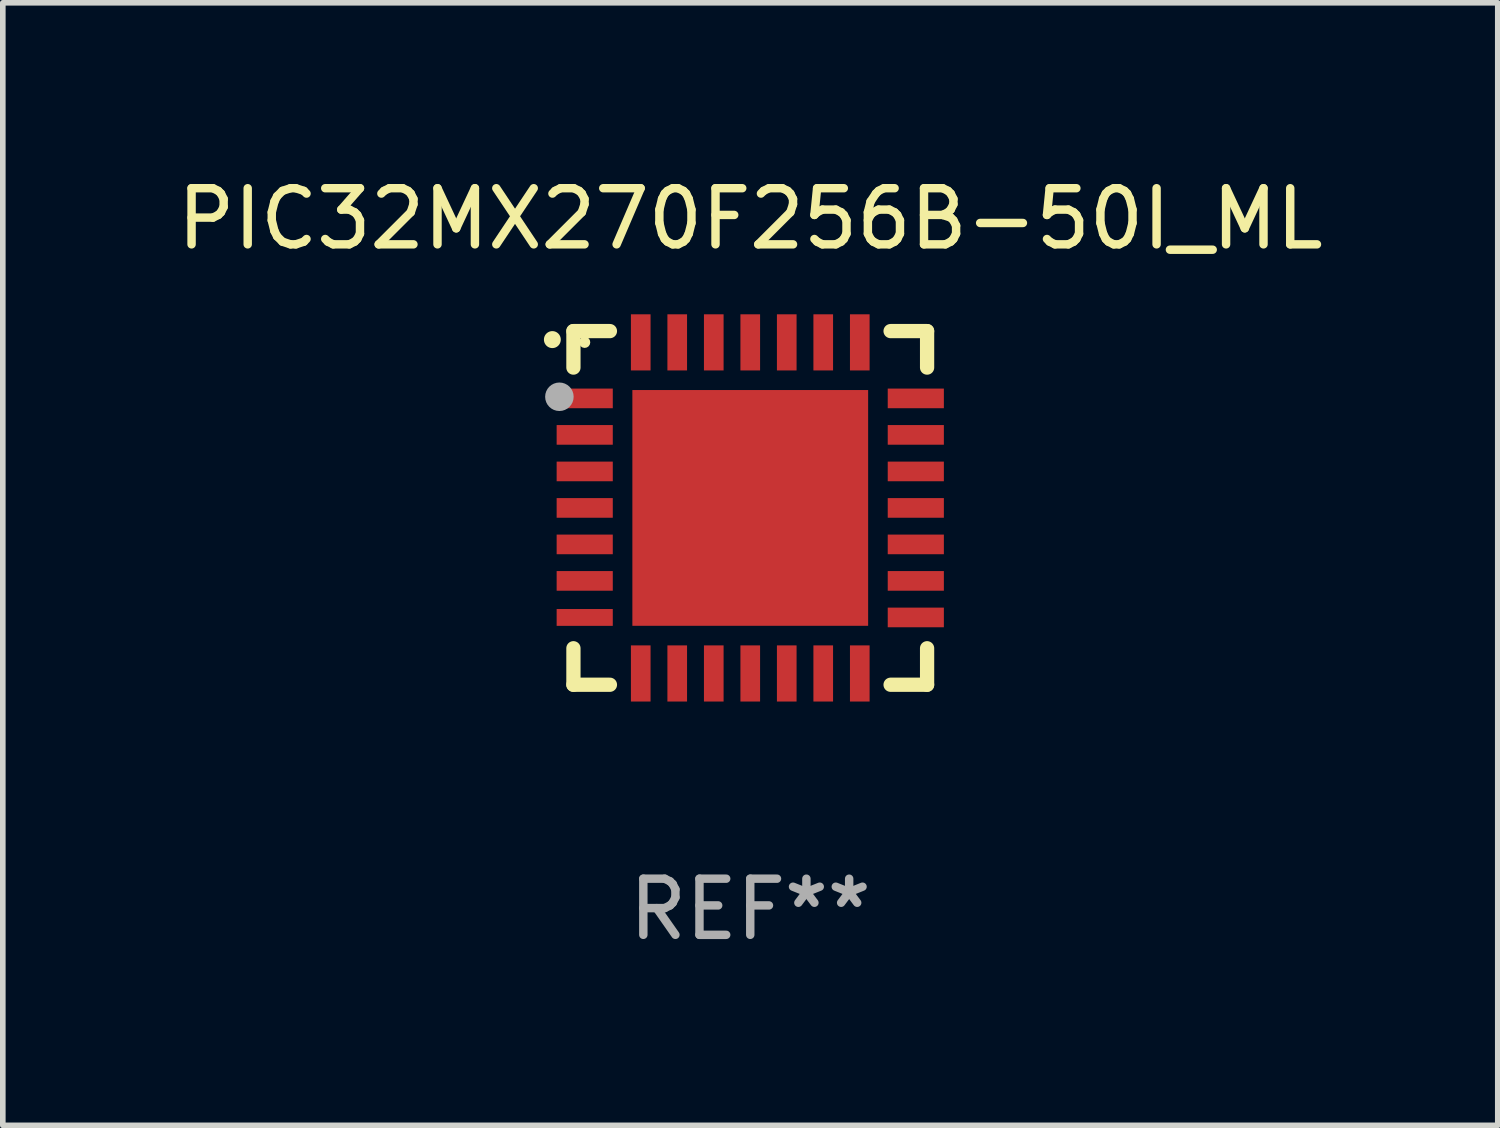
<source format=kicad_pcb>
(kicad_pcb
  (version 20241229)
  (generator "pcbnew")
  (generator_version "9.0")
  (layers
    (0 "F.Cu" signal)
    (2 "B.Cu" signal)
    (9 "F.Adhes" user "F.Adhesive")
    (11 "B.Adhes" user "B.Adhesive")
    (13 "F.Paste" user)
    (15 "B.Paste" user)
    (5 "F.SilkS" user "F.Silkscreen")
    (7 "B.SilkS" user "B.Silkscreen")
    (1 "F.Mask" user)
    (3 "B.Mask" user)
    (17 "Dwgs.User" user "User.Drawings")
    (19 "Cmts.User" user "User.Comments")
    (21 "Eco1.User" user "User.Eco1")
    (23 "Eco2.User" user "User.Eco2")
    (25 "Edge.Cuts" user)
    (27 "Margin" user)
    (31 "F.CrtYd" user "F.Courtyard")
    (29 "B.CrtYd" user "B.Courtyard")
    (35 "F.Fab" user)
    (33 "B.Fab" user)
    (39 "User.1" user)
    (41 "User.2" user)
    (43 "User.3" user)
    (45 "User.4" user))
  (footprint "PIC32MX270F256B-50I_ML"
    (layer "F.Cu")
    (at 10.315 5.998)
    (property "Reference" "PIC32MX270F256B-50I_ML" (at 0 -5.15 0) (layer "F.SilkS") (effects (font (size 1 1) (thickness 0.15))))
    (attr through_hole)
    (fp_line (start -3.15 -3.15) (end -2.5 -3.15) (stroke (width 0.254) (type solid)) (layer "F.SilkS"))
    (fp_line (start -3.15 -2.5) (end -3.15 -3.15) (stroke (width 0.254) (type solid)) (layer "F.SilkS"))
    (fp_line (start -3.15 3.15) (end -3.15 2.5) (stroke (width 0.254) (type solid)) (layer "F.SilkS"))
    (fp_line (start -2.5 3.15) (end -3.15 3.15) (stroke (width 0.254) (type solid)) (layer "F.SilkS"))
    (fp_line (start 2.5 -3.15) (end 3.15 -3.15) (stroke (width 0.254) (type solid)) (layer "F.SilkS"))
    (fp_line (start 2.5 3.15) (end 3.15 3.15) (stroke (width 0.254) (type solid)) (layer "F.SilkS"))
    (fp_line (start 3.15 -3.15) (end 3.15 -2.5) (stroke (width 0.254) (type solid)) (layer "F.SilkS"))
    (fp_line (start 3.15 3.15) (end 3.15 2.5) (stroke (width 0.254) (type solid)) (layer "F.SilkS"))
    (fp_arc (start -3.525527 -2.997206) (mid -3.525532 -2.998476) (end -3.525527 -2.999746) (stroke (width 0.3) (type solid)) (layer "F.SilkS"))
    (fp_circle (center -2.95 -2.95) (end -2.9 -2.95) (stroke (width 0.1) (type solid)) (fill no) (layer "F.SilkS"))
    (fp_circle (center -3.4 -1.98) (end -3.273 -1.98) (stroke (width 0.254) (type solid)) (fill no) (layer "F.Fab"))
    (fp_text user "REF**" (at 0 7.15 0) (layer "F.Fab") (effects (font (size 1 1) (thickness 0.15))))
    (pad "1" smd rect (at -2.949 -1.951 90) (size 0.35 1) (layers "F.Cu" "F.Mask" "F.Paste"))
    (pad "2" smd rect (at -2.949 -1.301 90) (size 0.35 1) (layers "F.Cu" "F.Mask" "F.Paste"))
    (pad "3" smd rect (at -2.949 -0.65 90) (size 0.35 1) (layers "F.Cu" "F.Mask" "F.Paste"))
    (pad "4" smd rect (at -2.949 -0.000025 90) (size 0.35 1) (layers "F.Cu" "F.Mask" "F.Paste"))
    (pad "5" smd rect (at -2.949 0.65 90) (size 0.35 1) (layers "F.Cu" "F.Mask" "F.Paste"))
    (pad "6" smd rect (at -2.949 1.3 90) (size 0.35 1) (layers "F.Cu" "F.Mask" "F.Paste"))
    (pad "7" smd rect (at -2.949 1.951 90) (size 0.3 1) (layers "F.Cu" "F.Mask" "F.Paste"))
    (pad "8" smd rect (at -1.951 2.949) (size 0.35 1) (layers "F.Cu" "F.Mask" "F.Paste"))
    (pad "9" smd rect (at -1.301 2.949) (size 0.35 1) (layers "F.Cu" "F.Mask" "F.Paste"))
    (pad "10" smd rect (at -0.65 2.949) (size 0.35 1) (layers "F.Cu" "F.Mask" "F.Paste"))
    (pad "11" smd rect (at -0.000076 2.949) (size 0.35 1) (layers "F.Cu" "F.Mask" "F.Paste"))
    (pad "12" smd rect (at 0.65 2.949) (size 0.35 1) (layers "F.Cu" "F.Mask" "F.Paste"))
    (pad "13" smd rect (at 1.3 2.949) (size 0.35 1) (layers "F.Cu" "F.Mask" "F.Paste"))
    (pad "14" smd rect (at 1.951 2.949) (size 0.35 1) (layers "F.Cu" "F.Mask" "F.Paste"))
    (pad "15" smd rect (at 2.949 1.951 90) (size 0.35 1) (layers "F.Cu" "F.Mask" "F.Paste"))
    (pad "16" smd rect (at 2.949 1.3 90) (size 0.35 1) (layers "F.Cu" "F.Mask" "F.Paste"))
    (pad "17" smd rect (at 2.949 0.65 90) (size 0.35 1) (layers "F.Cu" "F.Mask" "F.Paste"))
    (pad "18" smd rect (at 2.949 -0.000025 90) (size 0.35 1) (layers "F.Cu" "F.Mask" "F.Paste"))
    (pad "19" smd rect (at 2.949 -0.65 90) (size 0.35 1) (layers "F.Cu" "F.Mask" "F.Paste"))
    (pad "20" smd rect (at 2.949 -1.301 90) (size 0.35 1) (layers "F.Cu" "F.Mask" "F.Paste"))
    (pad "21" smd rect (at 2.949 -1.951 90) (size 0.35 1) (layers "F.Cu" "F.Mask" "F.Paste"))
    (pad "22" smd rect (at 1.951 -2.949) (size 0.35 1) (layers "F.Cu" "F.Mask" "F.Paste"))
    (pad "23" smd rect (at 1.3 -2.949) (size 0.35 1) (layers "F.Cu" "F.Mask" "F.Paste"))
    (pad "24" smd rect (at 0.65 -2.949) (size 0.35 1) (layers "F.Cu" "F.Mask" "F.Paste"))
    (pad "25" smd rect (at -0.000076 -2.949) (size 0.35 1) (layers "F.Cu" "F.Mask" "F.Paste"))
    (pad "26" smd rect (at -0.65 -2.949) (size 0.35 1) (layers "F.Cu" "F.Mask" "F.Paste"))
    (pad "27" smd rect (at -1.301 -2.949) (size 0.35 1) (layers "F.Cu" "F.Mask" "F.Paste"))
    (pad "28" smd rect (at -1.951 -2.949) (size 0.35 1) (layers "F.Cu" "F.Mask" "F.Paste"))
    (pad "29" smd rect (at -0.000076 -0.000025) (size 4.2 4.2) (layers "F.Cu" "F.Mask" "F.Paste")))
  (gr_rect
    (start -3 -3)
    (end 23.631 16.997)
    (stroke (width 0.1) (type default))
    (fill no)
    (layer "Edge.Cuts")))
</source>
